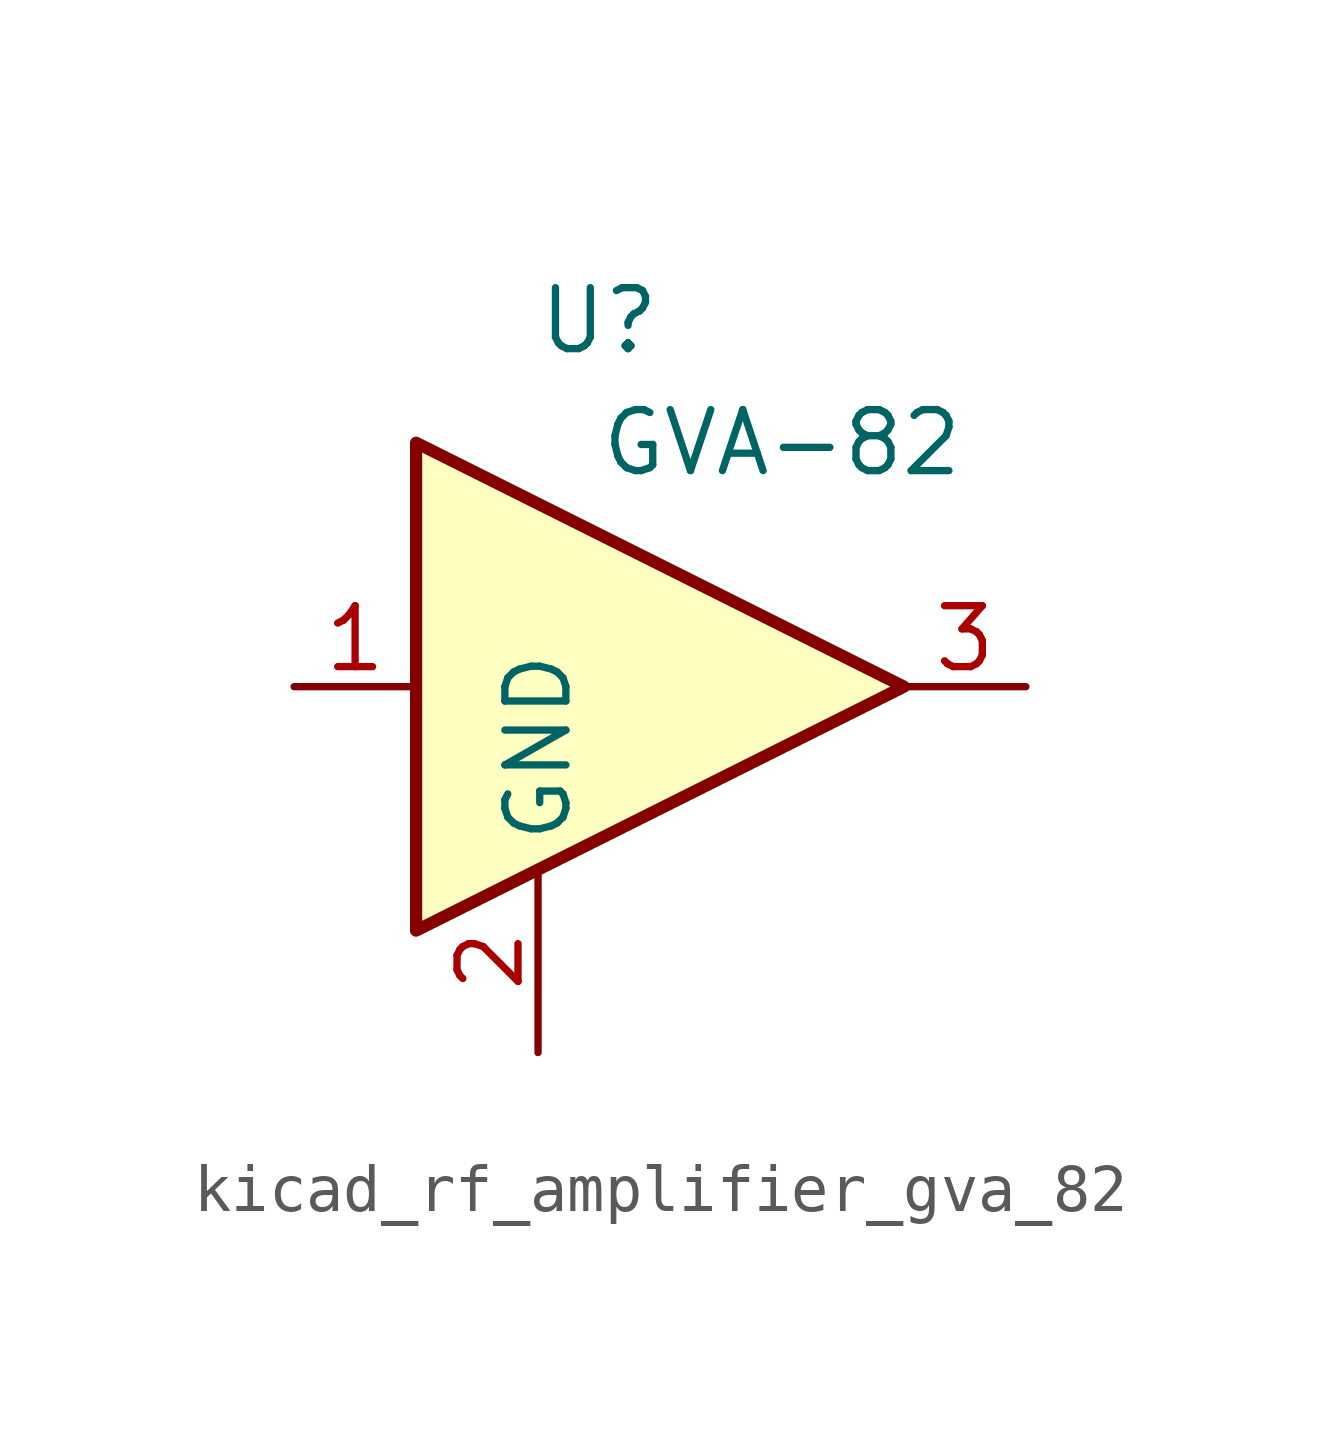
<source format=kicad_sym>
(kicad_symbol_lib
  (version 20220914)
  (generator kicad_symbol_editor)
  (symbol "kicad_rf_amplifier_gva_82"
    (property "Reference" "U"
      (at -1.27 7.62 0)
      (effects (font (size 1.27 1.27))))
    (property "Value" "GVA-82"
      (at 2.54 5.08 0)
      (effects (font (size 1.27 1.27))))
    (symbol "kicad_rf_amplifier_gva_82_0_1"
      (polyline (pts (xy 5.08 0) (xy -5.08 5.08) (xy -5.08 -5.08) (xy 5.08 0)) (stroke (width 0.254) (type default)) (fill (type background))))
    (symbol "kicad_rf_amplifier_gva_82_1_1"
      (pin input line (at -7.62 0 0) (length 2.54) (name "~" (effects (font (size 1.27 1.27)))) (number "1" (effects (font (size 1.27 1.27)))))
      (pin power_in line (at -2.54 -7.62 90) (length 3.81) (name "GND" (effects (font (size 1.27 1.27)))) (number "2" (effects (font (size 1.27 1.27)))))
      (pin output line (at 7.62 0 180) (length 2.54) (name "~" (effects (font (size 1.27 1.27)))) (number "3" (effects (font (size 1.27 1.27))))))))
</source>
